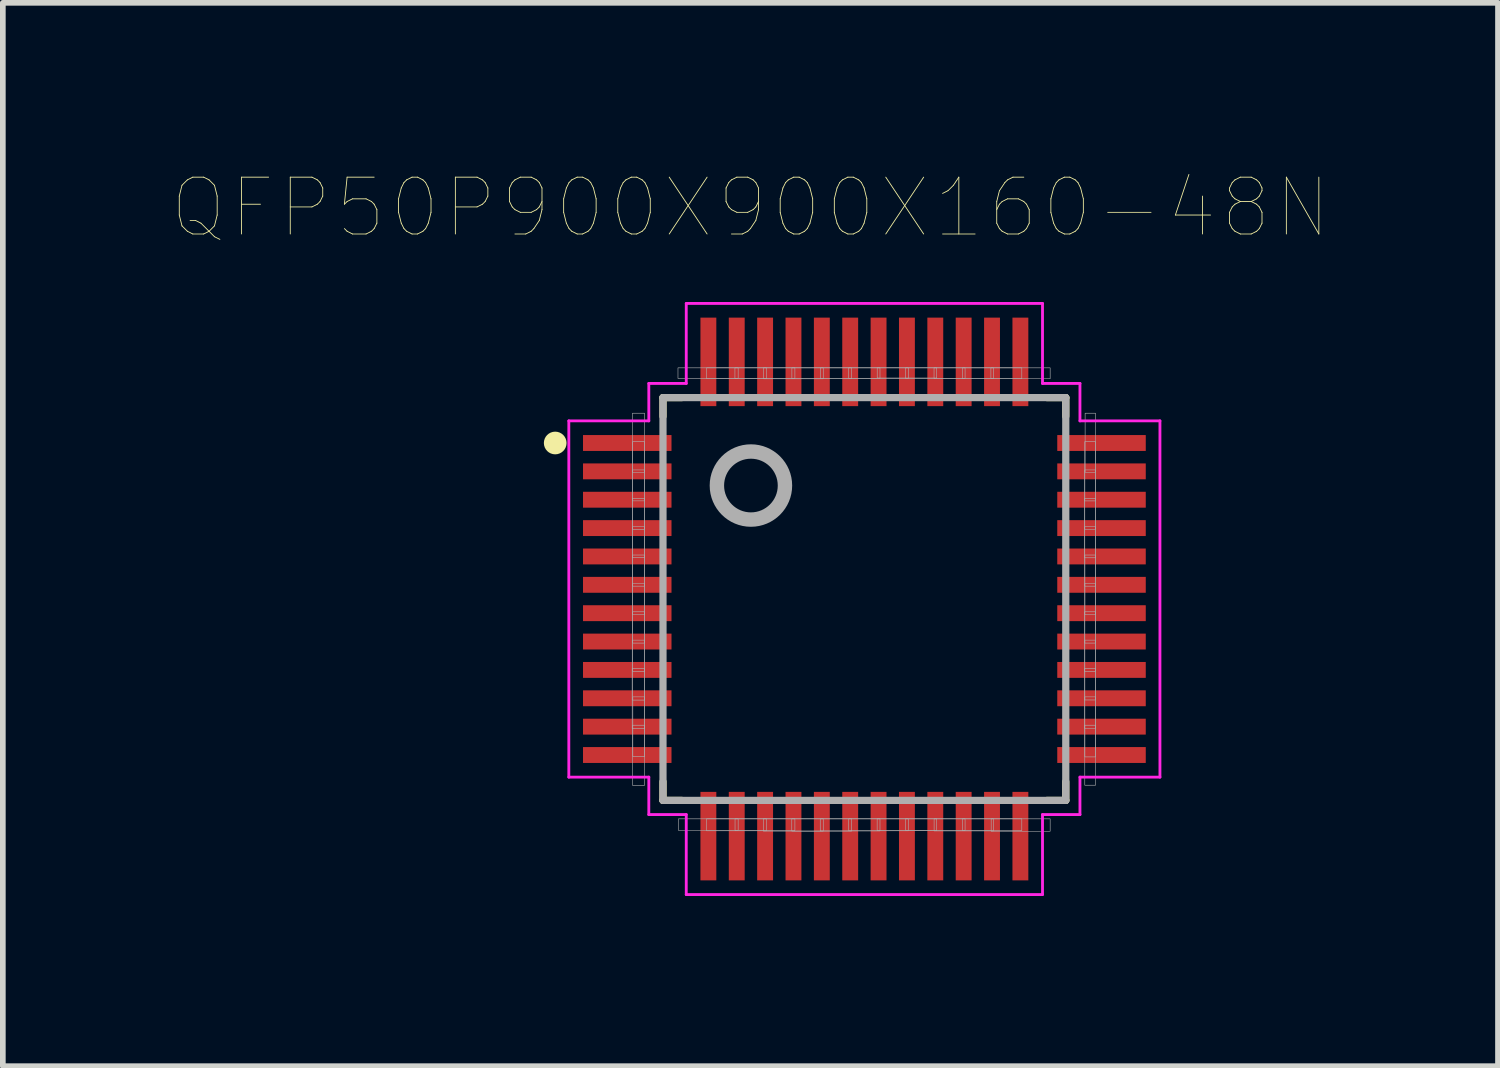
<source format=kicad_pcb>
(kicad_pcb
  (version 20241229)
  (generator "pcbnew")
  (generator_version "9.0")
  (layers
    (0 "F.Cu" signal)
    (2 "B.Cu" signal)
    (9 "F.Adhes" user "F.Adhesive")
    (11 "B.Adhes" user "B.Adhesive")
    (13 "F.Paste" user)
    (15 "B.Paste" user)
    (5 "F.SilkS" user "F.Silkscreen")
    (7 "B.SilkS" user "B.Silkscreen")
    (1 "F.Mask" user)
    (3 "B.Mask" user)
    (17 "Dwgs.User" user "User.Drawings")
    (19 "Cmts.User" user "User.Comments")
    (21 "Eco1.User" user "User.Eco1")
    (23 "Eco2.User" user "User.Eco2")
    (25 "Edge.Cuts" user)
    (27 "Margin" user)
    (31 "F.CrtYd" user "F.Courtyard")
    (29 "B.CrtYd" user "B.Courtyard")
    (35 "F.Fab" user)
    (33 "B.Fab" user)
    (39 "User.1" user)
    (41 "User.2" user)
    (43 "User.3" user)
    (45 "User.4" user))
  (footprint "QFP50P900X900X160-48N"
    (layer "F.Cu")
    (at 12.187 7.509)
    (property "Reference" "QFP50P900X900X160-48N" (at -2.009 -6.897 0) (layer "F.SilkS") (effects (font (size 1.002 1.002) (thickness 0.015))))
    (attr through_hole)
    (fp_line (start -3.55 -3.55) (end -3.22 -3.55) (stroke (width 0.127) (type solid)) (layer "F.SilkS"))
    (fp_line (start -3.55 -3.22) (end -3.55 -3.55) (stroke (width 0.127) (type solid)) (layer "F.SilkS"))
    (fp_line (start -3.55 3.55) (end -3.55 3.22) (stroke (width 0.127) (type solid)) (layer "F.SilkS"))
    (fp_line (start -3.22 3.55) (end -3.55 3.55) (stroke (width 0.127) (type solid)) (layer "F.SilkS"))
    (fp_line (start 3.22 -3.55) (end 3.55 -3.55) (stroke (width 0.127) (type solid)) (layer "F.SilkS"))
    (fp_line (start 3.55 -3.55) (end 3.55 -3.22) (stroke (width 0.127) (type solid)) (layer "F.SilkS"))
    (fp_line (start 3.55 3.22) (end 3.55 3.55) (stroke (width 0.127) (type solid)) (layer "F.SilkS"))
    (fp_line (start 3.55 3.55) (end 3.22 3.55) (stroke (width 0.127) (type solid)) (layer "F.SilkS"))
    (fp_circle (center -5.45 -2.75) (end -5.35 -2.75) (stroke (width 0.2) (type solid)) (fill no) (layer "F.SilkS"))
    (fp_line (start -5.21 -3.14) (end -3.8 -3.14) (stroke (width 0.05) (type solid)) (layer "F.CrtYd"))
    (fp_line (start -5.21 3.14) (end -5.21 -3.14) (stroke (width 0.05) (type solid)) (layer "F.CrtYd"))
    (fp_line (start -3.8 -3.8) (end -3.14 -3.8) (stroke (width 0.05) (type solid)) (layer "F.CrtYd"))
    (fp_line (start -3.8 -3.14) (end -3.8 -3.8) (stroke (width 0.05) (type solid)) (layer "F.CrtYd"))
    (fp_line (start -3.8 3.14) (end -5.21 3.14) (stroke (width 0.05) (type solid)) (layer "F.CrtYd"))
    (fp_line (start -3.8 3.8) (end -3.8 3.14) (stroke (width 0.05) (type solid)) (layer "F.CrtYd"))
    (fp_line (start -3.14 -5.21) (end 3.14 -5.21) (stroke (width 0.05) (type solid)) (layer "F.CrtYd"))
    (fp_line (start -3.14 -3.8) (end -3.14 -5.21) (stroke (width 0.05) (type solid)) (layer "F.CrtYd"))
    (fp_line (start -3.14 3.8) (end -3.8 3.8) (stroke (width 0.05) (type solid)) (layer "F.CrtYd"))
    (fp_line (start -3.14 5.21) (end -3.14 3.8) (stroke (width 0.05) (type solid)) (layer "F.CrtYd"))
    (fp_line (start 3.14 -5.21) (end 3.14 -3.8) (stroke (width 0.05) (type solid)) (layer "F.CrtYd"))
    (fp_line (start 3.14 -3.8) (end 3.8 -3.8) (stroke (width 0.05) (type solid)) (layer "F.CrtYd"))
    (fp_line (start 3.14 3.8) (end 3.14 5.21) (stroke (width 0.05) (type solid)) (layer "F.CrtYd"))
    (fp_line (start 3.14 5.21) (end -3.14 5.21) (stroke (width 0.05) (type solid)) (layer "F.CrtYd"))
    (fp_line (start 3.8 -3.8) (end 3.8 -3.14) (stroke (width 0.05) (type solid)) (layer "F.CrtYd"))
    (fp_line (start 3.8 -3.14) (end 5.21 -3.14) (stroke (width 0.05) (type solid)) (layer "F.CrtYd"))
    (fp_line (start 3.8 3.14) (end 3.8 3.8) (stroke (width 0.05) (type solid)) (layer "F.CrtYd"))
    (fp_line (start 3.8 3.8) (end 3.14 3.8) (stroke (width 0.05) (type solid)) (layer "F.CrtYd"))
    (fp_line (start 5.21 -3.14) (end 5.21 3.14) (stroke (width 0.05) (type solid)) (layer "F.CrtYd"))
    (fp_line (start 5.21 3.14) (end 3.8 3.14) (stroke (width 0.05) (type solid)) (layer "F.CrtYd"))
    (fp_line (start -3.55 -3.55) (end 3.55 -3.55) (stroke (width 0.127) (type solid)) (layer "F.Fab"))
    (fp_line (start -3.55 3.55) (end -3.55 -3.55) (stroke (width 0.127) (type solid)) (layer "F.Fab"))
    (fp_line (start 3.55 -3.55) (end 3.55 3.55) (stroke (width 0.127) (type solid)) (layer "F.Fab"))
    (fp_line (start 3.55 3.55) (end -3.55 3.55) (stroke (width 0.127) (type solid)) (layer "F.Fab"))
    (fp_circle (center -2 -2) (end -1.4 -2) (stroke (width 0.254) (type solid)) (fill no) (layer "F.Fab"))
    (fp_poly (pts (xy -4.093 1.225) (xy -3.875 1.225) (xy -3.875 2.285) (xy -4.093 2.285)) (stroke (width 0.01) (type solid)) (fill no) (layer "F.Fab"))
    (fp_poly (pts (xy -4.092 0.725) (xy -3.875 0.725) (xy -3.875 1.782) (xy -4.092 1.782)) (stroke (width 0.01) (type solid)) (fill no) (layer "F.Fab"))
    (fp_poly (pts (xy -4.09 -1.775) (xy -3.875 -1.775) (xy -3.875 -0.728) (xy -4.09 -0.728)) (stroke (width 0.01) (type solid)) (fill no) (layer "F.Fab"))
    (fp_poly (pts (xy -4.089 -2.275) (xy -3.875 -2.275) (xy -3.875 -1.229) (xy -4.089 -1.229)) (stroke (width 0.01) (type solid)) (fill no) (layer "F.Fab"))
    (fp_poly (pts (xy -4.089 -3.275) (xy -3.875 -3.275) (xy -3.875 -2.233) (xy -4.089 -2.233)) (stroke (width 0.01) (type solid)) (fill no) (layer "F.Fab"))
    (fp_poly (pts (xy -4.088 2.225) (xy -3.875 2.225) (xy -3.875 3.285) (xy -4.088 3.285)) (stroke (width 0.01) (type solid)) (fill no) (layer "F.Fab"))
    (fp_poly (pts (xy -4.088 -1.275) (xy -3.875 -1.275) (xy -3.875 -0.226) (xy -4.088 -0.226)) (stroke (width 0.01) (type solid)) (fill no) (layer "F.Fab"))
    (fp_poly (pts (xy -4.086 -0.775) (xy -3.875 -0.775) (xy -3.875 0.276) (xy -4.086 0.276)) (stroke (width 0.01) (type solid)) (fill no) (layer "F.Fab"))
    (fp_poly (pts (xy -4.086 0.225) (xy -3.875 0.225) (xy -3.875 1.278) (xy -4.086 1.278)) (stroke (width 0.01) (type solid)) (fill no) (layer "F.Fab"))
    (fp_poly (pts (xy -4.086 -2.775) (xy -3.875 -2.775) (xy -3.875 -1.73) (xy -4.086 -1.73)) (stroke (width 0.01) (type solid)) (fill no) (layer "F.Fab"))
    (fp_poly (pts (xy -4.084 -0.275) (xy -3.875 -0.275) (xy -3.875 0.777) (xy -4.084 0.777)) (stroke (width 0.01) (type solid)) (fill no) (layer "F.Fab"))
    (fp_poly (pts (xy -4.082 1.725) (xy -3.875 1.725) (xy -3.875 2.78) (xy -4.082 2.78)) (stroke (width 0.01) (type solid)) (fill no) (layer "F.Fab"))
    (fp_poly (pts (xy -3.286 -4.075) (xy -2.225 -4.075) (xy -2.225 -3.888) (xy -3.286 -3.888)) (stroke (width 0.01) (type solid)) (fill no) (layer "F.Fab"))
    (fp_poly (pts (xy -3.278 3.875) (xy -2.225 3.875) (xy -2.225 4.079) (xy -3.278 4.079)) (stroke (width 0.01) (type solid)) (fill no) (layer "F.Fab"))
    (fp_poly (pts (xy -2.783 3.875) (xy -1.725 3.875) (xy -1.725 4.086) (xy -2.783 4.086)) (stroke (width 0.01) (type solid)) (fill no) (layer "F.Fab"))
    (fp_poly (pts (xy -2.781 -4.075) (xy -1.725 -4.075) (xy -1.725 -3.883) (xy -2.781 -3.883)) (stroke (width 0.01) (type solid)) (fill no) (layer "F.Fab"))
    (fp_poly (pts (xy -2.282 -4.075) (xy -1.225 -4.075) (xy -1.225 -3.887) (xy -2.282 -3.887)) (stroke (width 0.01) (type solid)) (fill no) (layer "F.Fab"))
    (fp_poly (pts (xy -2.28 3.875) (xy -1.225 3.875) (xy -1.225 4.084) (xy -2.28 4.084)) (stroke (width 0.01) (type solid)) (fill no) (layer "F.Fab"))
    (fp_poly (pts (xy -1.782 3.875) (xy -0.725 3.875) (xy -0.725 4.091) (xy -1.782 4.091)) (stroke (width 0.01) (type solid)) (fill no) (layer "F.Fab"))
    (fp_poly (pts (xy -1.778 -4.075) (xy -0.725 -4.075) (xy -0.725 -3.882) (xy -1.778 -3.882)) (stroke (width 0.01) (type solid)) (fill no) (layer "F.Fab"))
    (fp_poly (pts (xy -1.28 3.875) (xy -0.225 3.875) (xy -0.225 4.091) (xy -1.28 4.091)) (stroke (width 0.01) (type solid)) (fill no) (layer "F.Fab"))
    (fp_poly (pts (xy -1.278 -4.075) (xy -0.225 -4.075) (xy -0.225 -3.885) (xy -1.278 -3.885)) (stroke (width 0.01) (type solid)) (fill no) (layer "F.Fab"))
    (fp_poly (pts (xy -0.778 3.875) (xy 0.275 3.875) (xy 0.275 4.088) (xy -0.778 4.088)) (stroke (width 0.01) (type solid)) (fill no) (layer "F.Fab"))
    (fp_poly (pts (xy -0.777 -4.075) (xy 0.275 -4.075) (xy 0.275 -3.884) (xy -0.777 -3.884)) (stroke (width 0.01) (type solid)) (fill no) (layer "F.Fab"))
    (fp_poly (pts (xy -0.276 -4.075) (xy 0.775 -4.075) (xy 0.775 -3.886) (xy -0.276 -3.886)) (stroke (width 0.01) (type solid)) (fill no) (layer "F.Fab"))
    (fp_poly (pts (xy -0.276 3.875) (xy 0.775 3.875) (xy 0.775 4.086) (xy -0.276 4.086)) (stroke (width 0.01) (type solid)) (fill no) (layer "F.Fab"))
    (fp_poly (pts (xy 0.225 3.875) (xy 1.275 3.875) (xy 1.275 4.082) (xy 0.225 4.082)) (stroke (width 0.01) (type solid)) (fill no) (layer "F.Fab"))
    (fp_poly (pts (xy 0.226 -4.075) (xy 1.275 -4.075) (xy 1.275 -3.895) (xy 0.226 -3.895)) (stroke (width 0.01) (type solid)) (fill no) (layer "F.Fab"))
    (fp_poly (pts (xy 0.726 3.875) (xy 1.775 3.875) (xy 1.775 4.081) (xy 0.726 4.081)) (stroke (width 0.01) (type solid)) (fill no) (layer "F.Fab"))
    (fp_poly (pts (xy 0.727 -4.075) (xy 1.775 -4.075) (xy 1.775 -3.887) (xy 0.727 -3.887)) (stroke (width 0.01) (type solid)) (fill no) (layer "F.Fab"))
    (fp_poly (pts (xy 1.228 -4.075) (xy 2.275 -4.075) (xy 2.275 -3.885) (xy 1.228 -3.885)) (stroke (width 0.01) (type solid)) (fill no) (layer "F.Fab"))
    (fp_poly (pts (xy 1.229 3.875) (xy 2.275 3.875) (xy 2.275 4.088) (xy 1.229 4.088)) (stroke (width 0.01) (type solid)) (fill no) (layer "F.Fab"))
    (fp_poly (pts (xy 1.728 3.875) (xy 2.775 3.875) (xy 2.775 4.082) (xy 1.728 4.082)) (stroke (width 0.01) (type solid)) (fill no) (layer "F.Fab"))
    (fp_poly (pts (xy 1.729 -4.075) (xy 2.775 -4.075) (xy 2.775 -3.884) (xy 1.729 -3.884)) (stroke (width 0.01) (type solid)) (fill no) (layer "F.Fab"))
    (fp_poly (pts (xy 2.23 -4.075) (xy 3.275 -4.075) (xy 3.275 -3.883) (xy 2.23 -3.883)) (stroke (width 0.01) (type solid)) (fill no) (layer "F.Fab"))
    (fp_poly (pts (xy 2.235 3.875) (xy 3.275 3.875) (xy 3.275 4.094) (xy 2.235 4.094)) (stroke (width 0.01) (type solid)) (fill no) (layer "F.Fab"))
    (fp_poly (pts (xy 3.88 0.225) (xy 4.075 0.225) (xy 4.075 1.277) (xy 3.88 1.277)) (stroke (width 0.01) (type solid)) (fill no) (layer "F.Fab"))
    (fp_poly (pts (xy 3.883 1.225) (xy 4.075 1.225) (xy 4.075 2.28) (xy 3.883 2.28)) (stroke (width 0.01) (type solid)) (fill no) (layer "F.Fab"))
    (fp_poly (pts (xy 3.883 -1.775) (xy 4.075 -1.775) (xy 4.075 -0.727) (xy 3.883 -0.727)) (stroke (width 0.01) (type solid)) (fill no) (layer "F.Fab"))
    (fp_poly (pts (xy 3.885 -2.775) (xy 4.075 -2.775) (xy 4.075 -1.729) (xy 3.885 -1.729)) (stroke (width 0.01) (type solid)) (fill no) (layer "F.Fab"))
    (fp_poly (pts (xy 3.885 2.225) (xy 4.075 2.225) (xy 4.075 3.283) (xy 3.885 3.283)) (stroke (width 0.01) (type solid)) (fill no) (layer "F.Fab"))
    (fp_poly (pts (xy 3.885 -1.275) (xy 4.075 -1.275) (xy 4.075 -0.226) (xy 3.885 -0.226)) (stroke (width 0.01) (type solid)) (fill no) (layer "F.Fab"))
    (fp_poly (pts (xy 3.885 -2.275) (xy 4.075 -2.275) (xy 4.075 -1.228) (xy 3.885 -1.228)) (stroke (width 0.01) (type solid)) (fill no) (layer "F.Fab"))
    (fp_poly (pts (xy 3.886 -0.275) (xy 4.075 -0.275) (xy 4.075 0.777) (xy 3.886 0.777)) (stroke (width 0.01) (type solid)) (fill no) (layer "F.Fab"))
    (fp_poly (pts (xy 3.886 1.725) (xy 4.075 1.725) (xy 4.075 2.783) (xy 3.886 2.783)) (stroke (width 0.01) (type solid)) (fill no) (layer "F.Fab"))
    (fp_poly (pts (xy 3.886 -0.775) (xy 4.075 -0.775) (xy 4.075 0.276) (xy 3.886 0.276)) (stroke (width 0.01) (type solid)) (fill no) (layer "F.Fab"))
    (fp_poly (pts (xy 3.886 0.725) (xy 4.075 0.725) (xy 4.075 1.78) (xy 3.886 1.78)) (stroke (width 0.01) (type solid)) (fill no) (layer "F.Fab"))
    (fp_poly (pts (xy 3.891 -3.275) (xy 4.075 -3.275) (xy 4.075 -2.234) (xy 3.891 -2.234)) (stroke (width 0.01) (type solid)) (fill no) (layer "F.Fab"))
    (pad "1" smd rect (at -4.18 -2.75) (size 1.56 0.28) (layers "F.Cu" "F.Mask" "F.Paste"))
    (pad "2" smd rect (at -4.18 -2.25) (size 1.56 0.28) (layers "F.Cu" "F.Mask" "F.Paste"))
    (pad "3" smd rect (at -4.18 -1.75) (size 1.56 0.28) (layers "F.Cu" "F.Mask" "F.Paste"))
    (pad "4" smd rect (at -4.18 -1.25) (size 1.56 0.28) (layers "F.Cu" "F.Mask" "F.Paste"))
    (pad "5" smd rect (at -4.18 -0.75) (size 1.56 0.28) (layers "F.Cu" "F.Mask" "F.Paste"))
    (pad "6" smd rect (at -4.18 -0.25) (size 1.56 0.28) (layers "F.Cu" "F.Mask" "F.Paste"))
    (pad "7" smd rect (at -4.18 0.25) (size 1.56 0.28) (layers "F.Cu" "F.Mask" "F.Paste"))
    (pad "8" smd rect (at -4.18 0.75) (size 1.56 0.28) (layers "F.Cu" "F.Mask" "F.Paste"))
    (pad "9" smd rect (at -4.18 1.25) (size 1.56 0.28) (layers "F.Cu" "F.Mask" "F.Paste"))
    (pad "10" smd rect (at -4.18 1.75) (size 1.56 0.28) (layers "F.Cu" "F.Mask" "F.Paste"))
    (pad "11" smd rect (at -4.18 2.25) (size 1.56 0.28) (layers "F.Cu" "F.Mask" "F.Paste"))
    (pad "12" smd rect (at -4.18 2.75) (size 1.56 0.28) (layers "F.Cu" "F.Mask" "F.Paste"))
    (pad "13" smd rect (at -2.75 4.18) (size 0.28 1.56) (layers "F.Cu" "F.Mask" "F.Paste"))
    (pad "14" smd rect (at -2.25 4.18) (size 0.28 1.56) (layers "F.Cu" "F.Mask" "F.Paste"))
    (pad "15" smd rect (at -1.75 4.18) (size 0.28 1.56) (layers "F.Cu" "F.Mask" "F.Paste"))
    (pad "16" smd rect (at -1.25 4.18) (size 0.28 1.56) (layers "F.Cu" "F.Mask" "F.Paste"))
    (pad "17" smd rect (at -0.75 4.18) (size 0.28 1.56) (layers "F.Cu" "F.Mask" "F.Paste"))
    (pad "18" smd rect (at -0.25 4.18) (size 0.28 1.56) (layers "F.Cu" "F.Mask" "F.Paste"))
    (pad "19" smd rect (at 0.25 4.18) (size 0.28 1.56) (layers "F.Cu" "F.Mask" "F.Paste"))
    (pad "20" smd rect (at 0.75 4.18) (size 0.28 1.56) (layers "F.Cu" "F.Mask" "F.Paste"))
    (pad "21" smd rect (at 1.25 4.18) (size 0.28 1.56) (layers "F.Cu" "F.Mask" "F.Paste"))
    (pad "22" smd rect (at 1.75 4.18) (size 0.28 1.56) (layers "F.Cu" "F.Mask" "F.Paste"))
    (pad "23" smd rect (at 2.25 4.18) (size 0.28 1.56) (layers "F.Cu" "F.Mask" "F.Paste"))
    (pad "24" smd rect (at 2.75 4.18) (size 0.28 1.56) (layers "F.Cu" "F.Mask" "F.Paste"))
    (pad "25" smd rect (at 4.18 2.75) (size 1.56 0.28) (layers "F.Cu" "F.Mask" "F.Paste"))
    (pad "26" smd rect (at 4.18 2.25) (size 1.56 0.28) (layers "F.Cu" "F.Mask" "F.Paste"))
    (pad "27" smd rect (at 4.18 1.75) (size 1.56 0.28) (layers "F.Cu" "F.Mask" "F.Paste"))
    (pad "28" smd rect (at 4.18 1.25) (size 1.56 0.28) (layers "F.Cu" "F.Mask" "F.Paste"))
    (pad "29" smd rect (at 4.18 0.75) (size 1.56 0.28) (layers "F.Cu" "F.Mask" "F.Paste"))
    (pad "30" smd rect (at 4.18 0.25) (size 1.56 0.28) (layers "F.Cu" "F.Mask" "F.Paste"))
    (pad "31" smd rect (at 4.18 -0.25) (size 1.56 0.28) (layers "F.Cu" "F.Mask" "F.Paste"))
    (pad "32" smd rect (at 4.18 -0.75) (size 1.56 0.28) (layers "F.Cu" "F.Mask" "F.Paste"))
    (pad "33" smd rect (at 4.18 -1.25) (size 1.56 0.28) (layers "F.Cu" "F.Mask" "F.Paste"))
    (pad "34" smd rect (at 4.18 -1.75) (size 1.56 0.28) (layers "F.Cu" "F.Mask" "F.Paste"))
    (pad "35" smd rect (at 4.18 -2.25) (size 1.56 0.28) (layers "F.Cu" "F.Mask" "F.Paste"))
    (pad "36" smd rect (at 4.18 -2.75) (size 1.56 0.28) (layers "F.Cu" "F.Mask" "F.Paste"))
    (pad "37" smd rect (at 2.75 -4.18) (size 0.28 1.56) (layers "F.Cu" "F.Mask" "F.Paste"))
    (pad "38" smd rect (at 2.25 -4.18) (size 0.28 1.56) (layers "F.Cu" "F.Mask" "F.Paste"))
    (pad "39" smd rect (at 1.75 -4.18) (size 0.28 1.56) (layers "F.Cu" "F.Mask" "F.Paste"))
    (pad "40" smd rect (at 1.25 -4.18) (size 0.28 1.56) (layers "F.Cu" "F.Mask" "F.Paste"))
    (pad "41" smd rect (at 0.75 -4.18) (size 0.28 1.56) (layers "F.Cu" "F.Mask" "F.Paste"))
    (pad "42" smd rect (at 0.25 -4.18) (size 0.28 1.56) (layers "F.Cu" "F.Mask" "F.Paste"))
    (pad "43" smd rect (at -0.25 -4.18) (size 0.28 1.56) (layers "F.Cu" "F.Mask" "F.Paste"))
    (pad "44" smd rect (at -0.75 -4.18) (size 0.28 1.56) (layers "F.Cu" "F.Mask" "F.Paste"))
    (pad "45" smd rect (at -1.25 -4.18) (size 0.28 1.56) (layers "F.Cu" "F.Mask" "F.Paste"))
    (pad "46" smd rect (at -1.75 -4.18) (size 0.28 1.56) (layers "F.Cu" "F.Mask" "F.Paste"))
    (pad "47" smd rect (at -2.25 -4.18) (size 0.28 1.56) (layers "F.Cu" "F.Mask" "F.Paste"))
    (pad "48" smd rect (at -2.75 -4.18) (size 0.28 1.56) (layers "F.Cu" "F.Mask" "F.Paste")))
  (gr_rect
    (start -3 -3)
    (end 23.356 15.744)
    (stroke (width 0.1) (type default))
    (fill no)
    (layer "Edge.Cuts")))
</source>
